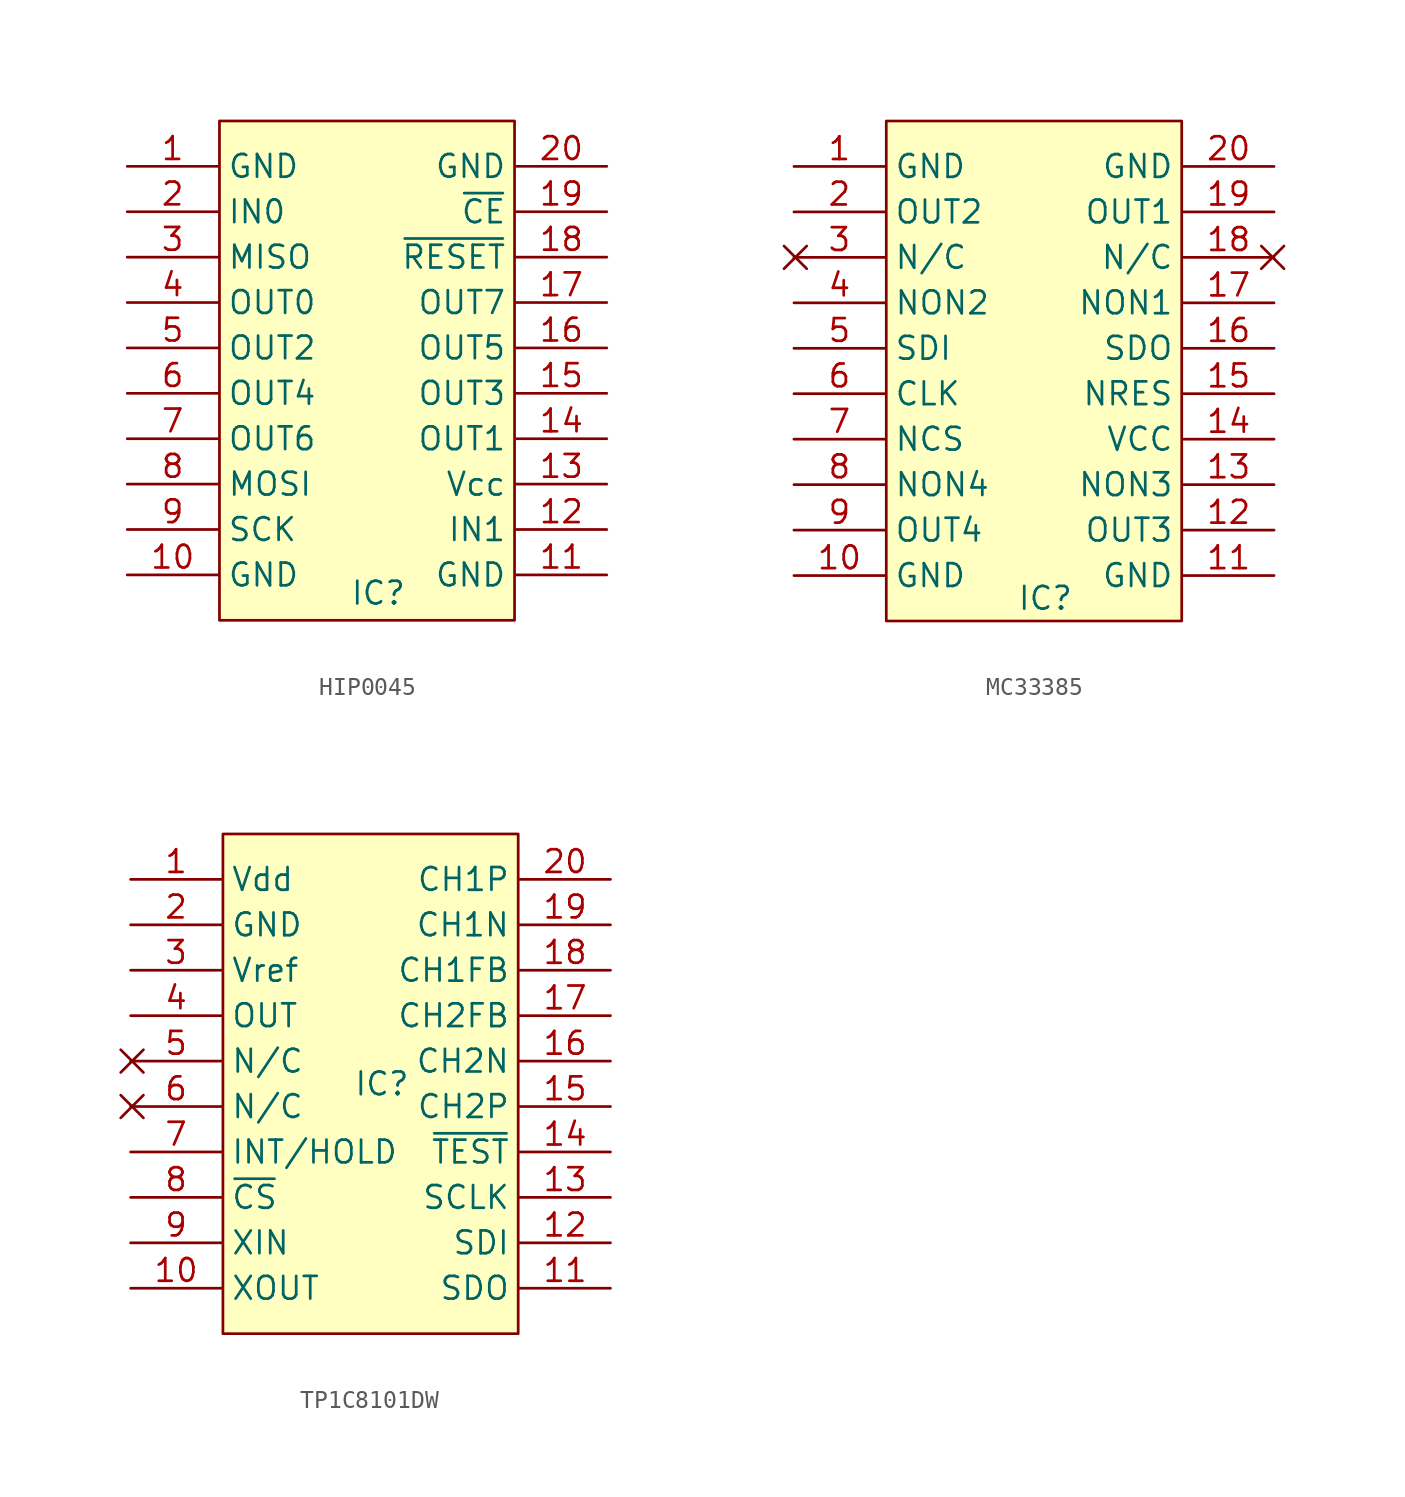
<source format=kicad_sym>
(kicad_symbol_lib
  (version 20241209)
  (generator "kicad_symbol_editor")
  (generator_version "9.0")
  (symbol "HIP0045"
    (property "Reference" "IC"
      (at 1.27 -12.446 0)
      (effects (font (size 1.27 1.27))))
    (property "Value" ""
      (at 0 0 0)
      (effects (font (size 1.27 1.27))))
    (symbol "HIP0045_1_1"
      (rectangle (start -7.62 13.97) (end 8.89 -13.97) (stroke (width 0) (type solid)) (fill (type color) (color 255 255 194 1)))
      (pin bidirectional line (at -12.78 11.43 0) (length 5.08) (name "GND" (effects (font (size 1.27 1.27)))) (number "1" (effects (font (size 1.27 1.27)))))
      (pin bidirectional line (at -12.78 8.89 0) (length 5.08) (name "IN0" (effects (font (size 1.27 1.27)))) (number "2" (effects (font (size 1.27 1.27)))))
      (pin bidirectional line (at -12.78 6.35 0) (length 5.08) (name "MISO" (effects (font (size 1.27 1.27)))) (number "3" (effects (font (size 1.27 1.27)))))
      (pin bidirectional line (at -12.78 3.81 0) (length 5.08) (name "OUT0" (effects (font (size 1.27 1.27)))) (number "4" (effects (font (size 1.27 1.27)))))
      (pin bidirectional line (at -12.78 1.27 0) (length 5.08) (name "OUT2" (effects (font (size 1.27 1.27)))) (number "5" (effects (font (size 1.27 1.27)))))
      (pin bidirectional line (at -12.78 -1.27 0) (length 5.08) (name "OUT4" (effects (font (size 1.27 1.27)))) (number "6" (effects (font (size 1.27 1.27)))))
      (pin bidirectional line (at -12.78 -3.81 0) (length 5.08) (name "OUT6" (effects (font (size 1.27 1.27)))) (number "7" (effects (font (size 1.27 1.27)))))
      (pin bidirectional line (at -12.78 -6.35 0) (length 5.08) (name "MOSI" (effects (font (size 1.27 1.27)))) (number "8" (effects (font (size 1.27 1.27)))))
      (pin bidirectional line (at -12.78 -8.89 0) (length 5.08) (name "SCK" (effects (font (size 1.27 1.27)))) (number "9" (effects (font (size 1.27 1.27)))))
      (pin bidirectional line (at -12.78 -11.43 0) (length 5.08) (name "GND" (effects (font (size 1.27 1.27)))) (number "10" (effects (font (size 1.27 1.27)))))
      (pin bidirectional line (at 14.05 11.43 180) (length 5.08) (name "GND" (effects (font (size 1.27 1.27)))) (number "20" (effects (font (size 1.27 1.27)))))
      (pin bidirectional line (at 14.05 8.89 180) (length 5.08) (name "~{CE}" (effects (font (size 1.27 1.27)))) (number "19" (effects (font (size 1.27 1.27)))))
      (pin bidirectional line (at 14.05 6.35 180) (length 5.08) (name "~{RESET}" (effects (font (size 1.27 1.27)))) (number "18" (effects (font (size 1.27 1.27)))))
      (pin bidirectional line (at 14.05 3.81 180) (length 5.08) (name "OUT7" (effects (font (size 1.27 1.27)))) (number "17" (effects (font (size 1.27 1.27)))))
      (pin bidirectional line (at 14.05 1.27 180) (length 5.08) (name "OUT5" (effects (font (size 1.27 1.27)))) (number "16" (effects (font (size 1.27 1.27)))))
      (pin bidirectional line (at 14.05 -1.27 180) (length 5.08) (name "OUT3" (effects (font (size 1.27 1.27)))) (number "15" (effects (font (size 1.27 1.27)))))
      (pin bidirectional line (at 14.05 -3.81 180) (length 5.08) (name "OUT1" (effects (font (size 1.27 1.27)))) (number "14" (effects (font (size 1.27 1.27)))))
      (pin bidirectional line (at 14.05 -6.35 180) (length 5.08) (name "Vcc" (effects (font (size 1.27 1.27)))) (number "13" (effects (font (size 1.27 1.27)))))
      (pin bidirectional line (at 14.05 -8.89 180) (length 5.08) (name "IN1" (effects (font (size 1.27 1.27)))) (number "12" (effects (font (size 1.27 1.27)))))
      (pin bidirectional line (at 14.05 -11.43 180) (length 5.08) (name "GND" (effects (font (size 1.27 1.27)))) (number "11" (effects (font (size 1.27 1.27)))))))
  (symbol "MC33385"
    (property "Reference" "IC"
      (at 0 -12.7 0)
      (effects (font (size 1.27 1.27))))
    (property "Value" ""
      (at 0 0 0)
      (effects (font (size 1.27 1.27))))
    (symbol "MC33385_0_1"
      (polyline (pts (xy -14.605 6.985) (xy -13.335 5.715)) (stroke (width 0) (type default)) (fill (type none)))
      (polyline (pts (xy -13.335 6.985) (xy -14.605 5.715)) (stroke (width 0) (type default)) (fill (type none)))
      (polyline (pts (xy 12.065 6.985) (xy 13.335 5.715)) (stroke (width 0) (type default)) (fill (type none)))
      (polyline (pts (xy 13.335 6.985) (xy 12.065 5.715)) (stroke (width 0) (type default)) (fill (type none))))
    (symbol "MC33385_1_1"
      (rectangle (start -8.89 13.97) (end 7.62 -13.97) (stroke (width 0) (type solid)) (fill (type color) (color 255 255 194 1)))
      (pin bidirectional line (at -14.05 11.43 0) (length 5.08) (name "GND" (effects (font (size 1.27 1.27)))) (number "1" (effects (font (size 1.27 1.27)))))
      (pin bidirectional line (at -14.05 8.89 0) (length 5.08) (name "OUT2" (effects (font (size 1.27 1.27)))) (number "2" (effects (font (size 1.27 1.27)))))
      (pin bidirectional line (at -14.05 6.35 0) (length 5.08) (name "N/C" (effects (font (size 1.27 1.27)))) (number "3" (effects (font (size 1.27 1.27)))))
      (pin bidirectional line (at -14.05 3.81 0) (length 5.08) (name "NON2" (effects (font (size 1.27 1.27)))) (number "4" (effects (font (size 1.27 1.27)))))
      (pin bidirectional line (at -14.05 1.27 0) (length 5.08) (name "SDI" (effects (font (size 1.27 1.27)))) (number "5" (effects (font (size 1.27 1.27)))))
      (pin bidirectional line (at -14.05 -1.27 0) (length 5.08) (name "CLK" (effects (font (size 1.27 1.27)))) (number "6" (effects (font (size 1.27 1.27)))))
      (pin bidirectional line (at -14.05 -3.81 0) (length 5.08) (name "NCS" (effects (font (size 1.27 1.27)))) (number "7" (effects (font (size 1.27 1.27)))))
      (pin bidirectional line (at -14.05 -6.35 0) (length 5.08) (name "NON4" (effects (font (size 1.27 1.27)))) (number "8" (effects (font (size 1.27 1.27)))))
      (pin bidirectional line (at -14.05 -8.89 0) (length 5.08) (name "OUT4" (effects (font (size 1.27 1.27)))) (number "9" (effects (font (size 1.27 1.27)))))
      (pin bidirectional line (at -14.05 -11.43 0) (length 5.08) (name "GND" (effects (font (size 1.27 1.27)))) (number "10" (effects (font (size 1.27 1.27)))))
      (pin bidirectional line (at 12.78 11.43 180) (length 5.08) (name "GND" (effects (font (size 1.27 1.27)))) (number "20" (effects (font (size 1.27 1.27)))))
      (pin bidirectional line (at 12.78 8.89 180) (length 5.08) (name "OUT1" (effects (font (size 1.27 1.27)))) (number "19" (effects (font (size 1.27 1.27)))))
      (pin bidirectional line (at 12.78 6.35 180) (length 5.08) (name "N/C" (effects (font (size 1.27 1.27)))) (number "18" (effects (font (size 1.27 1.27)))))
      (pin bidirectional line (at 12.78 3.81 180) (length 5.08) (name "NON1" (effects (font (size 1.27 1.27)))) (number "17" (effects (font (size 1.27 1.27)))))
      (pin bidirectional line (at 12.78 1.27 180) (length 5.08) (name "SDO" (effects (font (size 1.27 1.27)))) (number "16" (effects (font (size 1.27 1.27)))))
      (pin bidirectional line (at 12.78 -1.27 180) (length 5.08) (name "NRES" (effects (font (size 1.27 1.27)))) (number "15" (effects (font (size 1.27 1.27)))))
      (pin bidirectional line (at 12.78 -3.81 180) (length 5.08) (name "VCC" (effects (font (size 1.27 1.27)))) (number "14" (effects (font (size 1.27 1.27)))))
      (pin bidirectional line (at 12.78 -6.35 180) (length 5.08) (name "NON3" (effects (font (size 1.27 1.27)))) (number "13" (effects (font (size 1.27 1.27)))))
      (pin bidirectional line (at 12.78 -8.89 180) (length 5.08) (name "OUT3" (effects (font (size 1.27 1.27)))) (number "12" (effects (font (size 1.27 1.27)))))
      (pin bidirectional line (at 12.78 -11.43 180) (length 5.08) (name "GND" (effects (font (size 1.27 1.27)))) (number "11" (effects (font (size 1.27 1.27)))))))
  (symbol "TP1C8101DW"
    (property "Reference" "IC"
      (at 0 0 0)
      (effects (font (size 1.27 1.27))))
    (property "Value" ""
      (at 0 0 0)
      (effects (font (size 1.27 1.27))))
    (symbol "TP1C8101DW_0_1"
      (polyline (pts (xy -14.605 1.905) (xy -13.335 0.635)) (stroke (width 0) (type default)) (fill (type none)))
      (polyline (pts (xy -14.605 0.635) (xy -13.335 1.905)) (stroke (width 0) (type default)) (fill (type none)))
      (polyline (pts (xy -14.605 -0.635) (xy -13.335 -1.905)) (stroke (width 0) (type default)) (fill (type none)))
      (polyline (pts (xy -14.605 -1.905) (xy -13.335 -0.635)) (stroke (width 0) (type default)) (fill (type none))))
    (symbol "TP1C8101DW_1_1"
      (rectangle (start -8.89 13.97) (end 7.62 -13.97) (stroke (width 0) (type solid)) (fill (type color) (color 255 255 194 1)))
      (pin bidirectional line (at -14.05 11.43 0) (length 5.08) (name "Vdd" (effects (font (size 1.27 1.27)))) (number "1" (effects (font (size 1.27 1.27)))))
      (pin bidirectional line (at -14.05 8.89 0) (length 5.08) (name "GND" (effects (font (size 1.27 1.27)))) (number "2" (effects (font (size 1.27 1.27)))))
      (pin bidirectional line (at -14.05 6.35 0) (length 5.08) (name "Vref" (effects (font (size 1.27 1.27)))) (number "3" (effects (font (size 1.27 1.27)))))
      (pin bidirectional line (at -14.05 3.81 0) (length 5.08) (name "OUT" (effects (font (size 1.27 1.27)))) (number "4" (effects (font (size 1.27 1.27)))))
      (pin bidirectional line (at -14.05 1.27 0) (length 5.08) (name "N/C" (effects (font (size 1.27 1.27)))) (number "5" (effects (font (size 1.27 1.27)))))
      (pin bidirectional line (at -14.05 -1.27 0) (length 5.08) (name "N/C" (effects (font (size 1.27 1.27)))) (number "6" (effects (font (size 1.27 1.27)))))
      (pin bidirectional line (at -14.05 -3.81 0) (length 5.08) (name "INT/HOLD" (effects (font (size 1.27 1.27)))) (number "7" (effects (font (size 1.27 1.27)))))
      (pin bidirectional line (at -14.05 -6.35 0) (length 5.08) (name "~{CS}" (effects (font (size 1.27 1.27)))) (number "8" (effects (font (size 1.27 1.27)))))
      (pin bidirectional line (at -14.05 -8.89 0) (length 5.08) (name "XIN" (effects (font (size 1.27 1.27)))) (number "9" (effects (font (size 1.27 1.27)))))
      (pin bidirectional line (at -14.05 -11.43 0) (length 5.08) (name "XOUT" (effects (font (size 1.27 1.27)))) (number "10" (effects (font (size 1.27 1.27)))))
      (pin bidirectional line (at 12.78 11.43 180) (length 5.08) (name "CH1P" (effects (font (size 1.27 1.27)))) (number "20" (effects (font (size 1.27 1.27)))))
      (pin bidirectional line (at 12.78 8.89 180) (length 5.08) (name "CH1N" (effects (font (size 1.27 1.27)))) (number "19" (effects (font (size 1.27 1.27)))))
      (pin bidirectional line (at 12.78 6.35 180) (length 5.08) (name "CH1FB" (effects (font (size 1.27 1.27)))) (number "18" (effects (font (size 1.27 1.27)))))
      (pin bidirectional line (at 12.78 3.81 180) (length 5.08) (name "CH2FB" (effects (font (size 1.27 1.27)))) (number "17" (effects (font (size 1.27 1.27)))))
      (pin bidirectional line (at 12.78 1.27 180) (length 5.08) (name "CH2N" (effects (font (size 1.27 1.27)))) (number "16" (effects (font (size 1.27 1.27)))))
      (pin bidirectional line (at 12.78 -1.27 180) (length 5.08) (name "CH2P" (effects (font (size 1.27 1.27)))) (number "15" (effects (font (size 1.27 1.27)))))
      (pin bidirectional line (at 12.78 -3.81 180) (length 5.08) (name "~{TEST}" (effects (font (size 1.27 1.27)))) (number "14" (effects (font (size 1.27 1.27)))))
      (pin bidirectional line (at 12.78 -6.35 180) (length 5.08) (name "SCLK" (effects (font (size 1.27 1.27)))) (number "13" (effects (font (size 1.27 1.27)))))
      (pin bidirectional line (at 12.78 -8.89 180) (length 5.08) (name "SDI" (effects (font (size 1.27 1.27)))) (number "12" (effects (font (size 1.27 1.27)))))
      (pin bidirectional line (at 12.78 -11.43 180) (length 5.08) (name "SDO" (effects (font (size 1.27 1.27)))) (number "11" (effects (font (size 1.27 1.27))))))))
</source>
